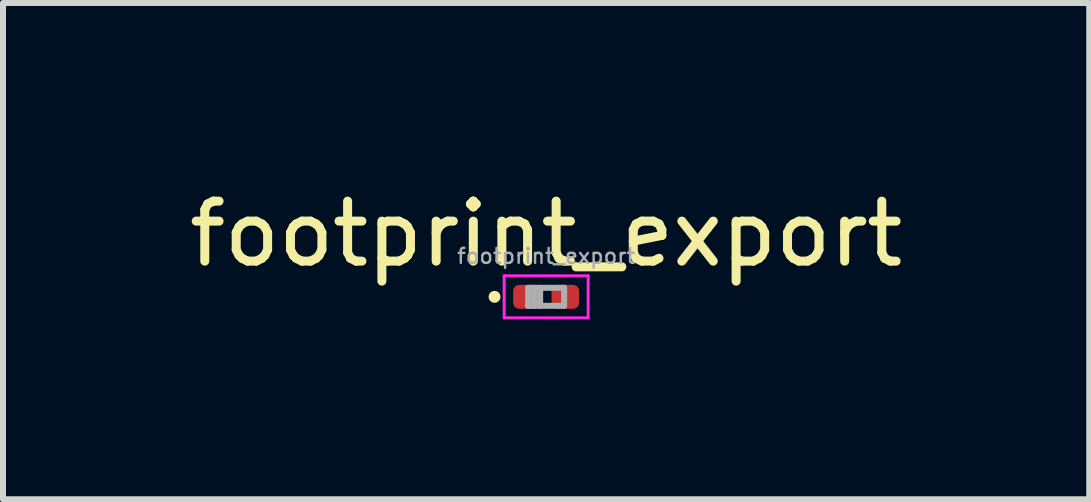
<source format=kicad_pcb>
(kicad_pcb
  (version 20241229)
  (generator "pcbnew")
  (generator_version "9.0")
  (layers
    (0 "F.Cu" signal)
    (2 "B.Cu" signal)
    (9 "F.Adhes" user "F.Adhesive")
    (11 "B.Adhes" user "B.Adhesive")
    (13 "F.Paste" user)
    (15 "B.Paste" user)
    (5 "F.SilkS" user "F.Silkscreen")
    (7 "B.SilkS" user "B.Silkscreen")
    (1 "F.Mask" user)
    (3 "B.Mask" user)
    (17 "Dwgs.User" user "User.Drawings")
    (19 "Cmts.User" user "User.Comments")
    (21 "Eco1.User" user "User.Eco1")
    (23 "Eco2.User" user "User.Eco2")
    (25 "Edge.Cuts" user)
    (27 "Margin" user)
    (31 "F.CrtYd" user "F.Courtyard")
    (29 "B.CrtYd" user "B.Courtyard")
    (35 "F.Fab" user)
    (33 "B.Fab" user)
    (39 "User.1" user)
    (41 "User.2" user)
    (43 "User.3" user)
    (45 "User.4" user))
  (footprint "footprint_export"
    (layer "F.Cu")
    (at 6.054 1.898)
    (property "Reference" "footprint_export" (at 0 -1.05 0) (layer "F.SilkS") (effects (font (size 1 1) (thickness 0.15))))
    (attr smd)
    (fp_circle (center -0.86 0) (end -0.81 0) (stroke (width 0.1) (type solid)) (fill no) (layer "F.SilkS"))
    (fp_line (start -0.7 -0.35) (end 0.7 -0.35) (stroke (width 0.05) (type solid)) (layer "F.CrtYd"))
    (fp_line (start -0.7 0.35) (end -0.7 -0.35) (stroke (width 0.05) (type solid)) (layer "F.CrtYd"))
    (fp_line (start 0.7 -0.35) (end 0.7 0.35) (stroke (width 0.05) (type solid)) (layer "F.CrtYd"))
    (fp_line (start 0.7 0.35) (end -0.7 0.35) (stroke (width 0.05) (type solid)) (layer "F.CrtYd"))
    (fp_line (start -0.3 -0.15) (end 0.3 -0.15) (stroke (width 0.1) (type solid)) (layer "F.Fab"))
    (fp_line (start -0.3 0.15) (end -0.3 -0.15) (stroke (width 0.1) (type solid)) (layer "F.Fab"))
    (fp_line (start -0.2 0.15) (end -0.2 -0.15) (stroke (width 0.1) (type solid)) (layer "F.Fab"))
    (fp_line (start -0.1 0.15) (end -0.1 -0.15) (stroke (width 0.1) (type solid)) (layer "F.Fab"))
    (fp_line (start 0.3 -0.15) (end 0.3 0.15) (stroke (width 0.1) (type solid)) (layer "F.Fab"))
    (fp_line (start 0.3 0.15) (end -0.3 0.15) (stroke (width 0.1) (type solid)) (layer "F.Fab"))
    (fp_text user "${REFERENCE}" (at 0 -0.68 0) (layer "F.Fab") (effects (font (size 0.25 0.25) (thickness 0.04))))
    (pad "" smd roundrect (at -0.345 0) (size 0.318 0.36) (layers "F.Paste") (roundrect_rratio 0.25))
    (pad "" smd roundrect (at 0.345 0) (size 0.318 0.36) (layers "F.Paste") (roundrect_rratio 0.25))
    (pad "1" smd roundrect (at -0.32 0) (size 0.46 0.4) (layers "F.Cu" "F.Mask") (roundrect_rratio 0.25))
    (pad "2" smd roundrect (at 0.32 0) (size 0.46 0.4) (layers "F.Cu" "F.Mask") (roundrect_rratio 0.25)))
  (gr_rect
    (start -3 -3)
    (end 15.107 5.273)
    (stroke (width 0.1) (type default))
    (fill no)
    (layer "Edge.Cuts")))
</source>
